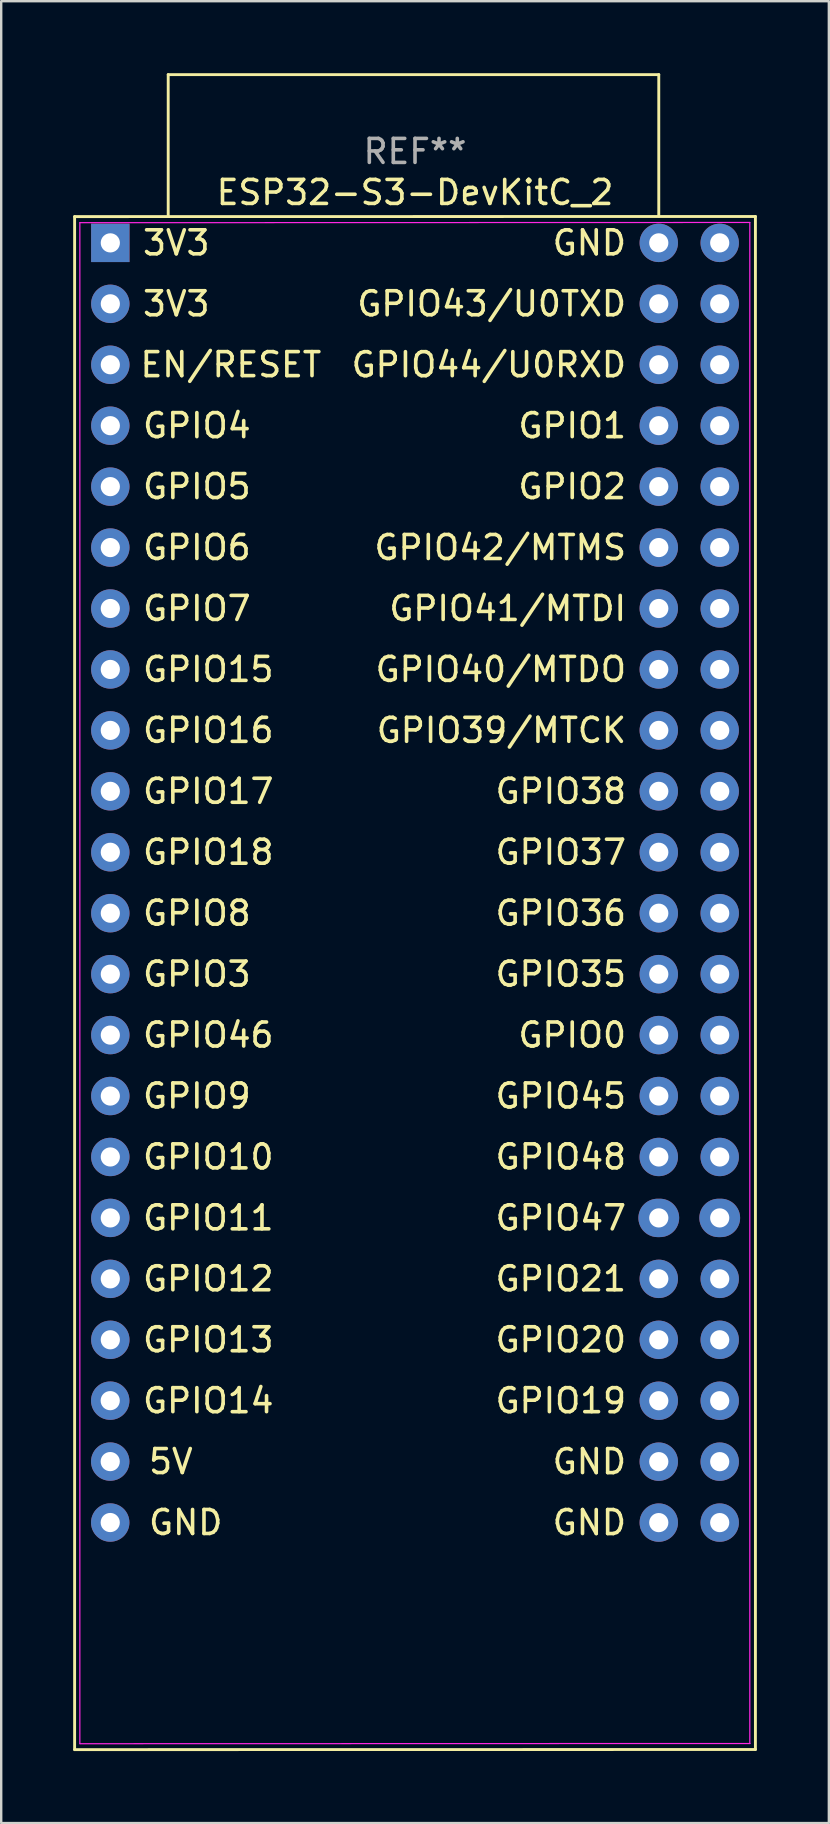
<source format=kicad_pcb>
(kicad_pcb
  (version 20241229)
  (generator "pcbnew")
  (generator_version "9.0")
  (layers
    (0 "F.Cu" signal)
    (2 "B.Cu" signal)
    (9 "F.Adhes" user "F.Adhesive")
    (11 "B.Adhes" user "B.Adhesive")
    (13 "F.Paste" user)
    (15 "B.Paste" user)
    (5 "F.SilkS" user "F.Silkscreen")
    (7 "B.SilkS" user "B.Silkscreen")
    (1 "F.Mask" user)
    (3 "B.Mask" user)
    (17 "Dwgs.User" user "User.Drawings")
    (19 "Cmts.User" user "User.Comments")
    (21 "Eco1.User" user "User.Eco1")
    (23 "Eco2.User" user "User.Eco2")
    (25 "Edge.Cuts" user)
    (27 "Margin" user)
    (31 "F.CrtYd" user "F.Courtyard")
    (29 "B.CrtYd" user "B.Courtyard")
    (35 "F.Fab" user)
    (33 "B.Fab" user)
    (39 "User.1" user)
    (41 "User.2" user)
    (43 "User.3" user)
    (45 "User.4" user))
  (footprint "ESP32-S3-DevKitC_2"
    (layer "F.Cu")
    (at 11.708 40.093)
    (property "Reference" "ESP32-S3-DevKitC_2" (at 2.54 -35.12 0) (layer "F.SilkS") (effects (font (size 1 1) (thickness 0.15))))
    (attr through_hole)
    (fp_line (start -11.648 29.782) (end 16.728 29.777) (stroke (width 0.12) (type solid)) (layer "F.SilkS"))
    (fp_line (start -11.648 -34.115) (end -11.648 29.782) (stroke (width 0.12) (type solid)) (layer "F.SilkS"))
    (fp_line (start -7.747 -40.033) (end 12.7 -40.033) (stroke (width 0.12) (type solid)) (layer "F.SilkS"))
    (fp_line (start -7.747 -34.14) (end -7.747 -40.033) (stroke (width 0.12) (type solid)) (layer "F.SilkS"))
    (fp_line (start 12.7 -40.033) (end 12.7 -34.14) (stroke (width 0.12) (type solid)) (layer "F.SilkS"))
    (fp_line (start 16.728 -34.12) (end -11.648 -34.115) (stroke (width 0.12) (type solid)) (layer "F.SilkS"))
    (fp_line (start 16.728 29.777) (end 16.728 -34.12) (stroke (width 0.12) (type solid)) (layer "F.SilkS"))
    (fp_line (start -11.43 -33.861) (end 16.494 -33.87) (stroke (width 0.05) (type solid)) (layer "F.CrtYd"))
    (fp_line (start -11.43 29.536) (end -11.43 -33.861) (stroke (width 0.05) (type solid)) (layer "F.CrtYd"))
    (fp_line (start 16.494 -33.87) (end 16.494 29.527) (stroke (width 0.05) (type solid)) (layer "F.CrtYd"))
    (fp_line (start 16.502 29.527) (end -11.422 29.536) (stroke (width 0.05) (type solid)) (layer "F.CrtYd"))
    (fp_text user "GPIO4" (at -8.89 -25.4 0) (unlocked yes) (layer "F.SilkS") (effects (font (size 1 1) (thickness 0.15)) (justify left)))
    (fp_text user "GPIO7" (at -8.89 -17.78 0) (unlocked yes) (layer "F.SilkS") (effects (font (size 1 1) (thickness 0.15)) (justify left)))
    (fp_text user "GPIO3" (at -8.89 -2.54 0) (unlocked yes) (layer "F.SilkS") (effects (font (size 1 1) (thickness 0.15)) (justify left)))
    (fp_text user "GPIO47" (at 11.43 7.62 0) (unlocked yes) (layer "F.SilkS") (effects (font (size 1 1) (thickness 0.15)) (justify right)))
    (fp_text user "GPIO8" (at -8.89 -5.08 0) (unlocked yes) (layer "F.SilkS") (effects (font (size 1 1) (thickness 0.15)) (justify left)))
    (fp_text user "3V3" (at -8.89 -30.48 0) (unlocked yes) (layer "F.SilkS") (effects (font (size 1 1) (thickness 0.15)) (justify left)))
    (fp_text user "EN/RESET" (at -1.274 -27.943 0) (unlocked yes) (layer "F.SilkS") (effects (font (size 1 1) (thickness 0.15)) (justify right)))
    (fp_text user "GPIO36" (at 11.43 -5.08 0) (unlocked yes) (layer "F.SilkS") (effects (font (size 1 1) (thickness 0.15)) (justify right)))
    (fp_text user "GPIO21" (at 11.43 10.16 0) (unlocked yes) (layer "F.SilkS") (effects (font (size 1 1) (thickness 0.15)) (justify right)))
    (fp_text user "GPIO2" (at 11.43 -22.86 0) (unlocked yes) (layer "F.SilkS") (effects (font (size 1 1) (thickness 0.15)) (justify right)))
    (fp_text user "GPIO19" (at 11.43 15.24 0) (unlocked yes) (layer "F.SilkS") (effects (font (size 1 1) (thickness 0.15)) (justify right)))
    (fp_text user "GPIO45" (at 11.43 2.54 0) (unlocked yes) (layer "F.SilkS") (effects (font (size 1 1) (thickness 0.15)) (justify right)))
    (fp_text user "GPIO43/U0TXD" (at 11.43 -30.48 0) (unlocked yes) (layer "F.SilkS") (effects (font (size 1 1) (thickness 0.15)) (justify right)))
    (fp_text user "GPIO20" (at 11.43 12.7 0) (unlocked yes) (layer "F.SilkS") (effects (font (size 1 1) (thickness 0.15)) (justify right)))
    (fp_text user "GND" (at -8.64 20.317 0) (unlocked yes) (layer "F.SilkS") (effects (font (size 1 1) (thickness 0.15)) (justify left)))
    (fp_text user "GPIO39/MTCK" (at 11.43 -12.7 0) (unlocked yes) (layer "F.SilkS") (effects (font (size 1 1) (thickness 0.15)) (justify right)))
    (fp_text user "3V3" (at -8.89 -33.02 0) (unlocked yes) (layer "F.SilkS") (effects (font (size 1 1) (thickness 0.15)) (justify left)))
    (fp_text user "GPIO38" (at 11.43 -10.16 0) (unlocked yes) (layer "F.SilkS") (effects (font (size 1 1) (thickness 0.15)) (justify right)))
    (fp_text user "GPIO14" (at -8.89 15.24 0) (unlocked yes) (layer "F.SilkS") (effects (font (size 1 1) (thickness 0.15)) (justify left)))
    (fp_text user "GPIO48" (at 11.43 5.08 0) (unlocked yes) (layer "F.SilkS") (effects (font (size 1 1) (thickness 0.15)) (justify right)))
    (fp_text user "GPIO11" (at -8.89 7.62 0) (unlocked yes) (layer "F.SilkS") (effects (font (size 1 1) (thickness 0.15)) (justify left)))
    (fp_text user "GND" (at 11.43 17.78 0) (unlocked yes) (layer "F.SilkS") (effects (font (size 1 1) (thickness 0.15)) (justify right)))
    (fp_text user "GPIO5" (at -8.89 -22.86 0) (unlocked yes) (layer "F.SilkS") (effects (font (size 1 1) (thickness 0.15)) (justify left)))
    (fp_text user "GPIO44/U0RXD" (at 11.43 -27.94 0) (unlocked yes) (layer "F.SilkS") (effects (font (size 1 1) (thickness 0.15)) (justify right)))
    (fp_text user "GPIO15" (at -8.89 -15.24 0) (unlocked yes) (layer "F.SilkS") (effects (font (size 1 1) (thickness 0.15)) (justify left)))
    (fp_text user "GPIO46" (at -8.89 0 0) (unlocked yes) (layer "F.SilkS") (effects (font (size 1 1) (thickness 0.15)) (justify left)))
    (fp_text user "GPIO12" (at -8.89 10.16 0) (unlocked yes) (layer "F.SilkS") (effects (font (size 1 1) (thickness 0.15)) (justify left)))
    (fp_text user "GPIO35" (at 11.43 -2.54 0) (unlocked yes) (layer "F.SilkS") (effects (font (size 1 1) (thickness 0.15)) (justify right)))
    (fp_text user "GPIO0" (at 11.43 0 0) (unlocked yes) (layer "F.SilkS") (effects (font (size 1 1) (thickness 0.15)) (justify right)))
    (fp_text user "GPIO42/MTMS" (at 11.43 -20.32 0) (unlocked yes) (layer "F.SilkS") (effects (font (size 1 1) (thickness 0.15)) (justify right)))
    (fp_text user "GPIO13" (at -8.89 12.7 0) (unlocked yes) (layer "F.SilkS") (effects (font (size 1 1) (thickness 0.15)) (justify left)))
    (fp_text user "GPIO16" (at -8.89 -12.7 0) (unlocked yes) (layer "F.SilkS") (effects (font (size 1 1) (thickness 0.15)) (justify left)))
    (fp_text user "GPIO10" (at -8.89 5.08 0) (unlocked yes) (layer "F.SilkS") (effects (font (size 1 1) (thickness 0.15)) (justify left)))
    (fp_text user "GPIO6" (at -8.89 -20.32 0) (unlocked yes) (layer "F.SilkS") (effects (font (size 1 1) (thickness 0.15)) (justify left)))
    (fp_text user "GPIO9" (at -8.89 2.54 0) (unlocked yes) (layer "F.SilkS") (effects (font (size 1 1) (thickness 0.15)) (justify left)))
    (fp_text user "GND" (at 11.43 20.32 0) (unlocked yes) (layer "F.SilkS") (effects (font (size 1 1) (thickness 0.15)) (justify right)))
    (fp_text user "GND" (at 11.43 -33.02 0) (unlocked yes) (layer "F.SilkS") (effects (font (size 1 1) (thickness 0.15)) (justify right)))
    (fp_text user "GPIO41/MTDI" (at 11.43 -17.78 0) (unlocked yes) (layer "F.SilkS") (effects (font (size 1 1) (thickness 0.15)) (justify right)))
    (fp_text user "GPIO18" (at -8.89 -7.62 0) (unlocked yes) (layer "F.SilkS") (effects (font (size 1 1) (thickness 0.15)) (justify left)))
    (fp_text user "GPIO40/MTDO" (at 11.43 -15.24 0) (unlocked yes) (layer "F.SilkS") (effects (font (size 1 1) (thickness 0.15)) (justify right)))
    (fp_text user "GPIO1" (at 11.43 -25.4 0) (unlocked yes) (layer "F.SilkS") (effects (font (size 1 1) (thickness 0.15)) (justify right)))
    (fp_text user "GPIO37" (at 11.43 -7.62 0) (unlocked yes) (layer "F.SilkS") (effects (font (size 1 1) (thickness 0.15)) (justify right)))
    (fp_text user "GPIO17" (at -8.89 -10.16 0) (unlocked yes) (layer "F.SilkS") (effects (font (size 1 1) (thickness 0.15)) (justify left)))
    (fp_text user "5V" (at -8.64 17.777 0) (unlocked yes) (layer "F.SilkS") (effects (font (size 1 1) (thickness 0.15)) (justify left)))
    (fp_text user "REF**" (at 2.54 -36.83 0) (layer "F.Fab") (effects (font (size 1 1) (thickness 0.15))))
    (pad "1" thru_hole rect (at -10.16 -33.02 270) (size 1.6 1.6) (drill 0.8) (layers "*.Cu" "*.Mask"))
    (pad "2" thru_hole oval (at -10.16 -30.48 270) (size 1.6 1.6) (drill 0.8) (layers "*.Cu" "*.Mask"))
    (pad "3" thru_hole oval (at -10.16 -27.94 270) (size 1.6 1.6) (drill 0.8) (layers "*.Cu" "*.Mask"))
    (pad "4" thru_hole oval (at -10.16 -25.4 270) (size 1.6 1.6) (drill 0.8) (layers "*.Cu" "*.Mask"))
    (pad "5" thru_hole oval (at -10.16 -22.86 270) (size 1.6 1.6) (drill 0.8) (layers "*.Cu" "*.Mask"))
    (pad "6" thru_hole oval (at -10.16 -20.32 270) (size 1.6 1.6) (drill 0.8) (layers "*.Cu" "*.Mask"))
    (pad "7" thru_hole oval (at -10.16 -17.78 270) (size 1.6 1.6) (drill 0.8) (layers "*.Cu" "*.Mask"))
    (pad "8" thru_hole oval (at -10.16 -15.24 270) (size 1.6 1.6) (drill 0.8) (layers "*.Cu" "*.Mask"))
    (pad "9" thru_hole oval (at -10.16 -12.7 270) (size 1.6 1.6) (drill 0.8) (layers "*.Cu" "*.Mask"))
    (pad "10" thru_hole oval (at -10.16 -10.16 270) (size 1.6 1.6) (drill 0.8) (layers "*.Cu" "*.Mask"))
    (pad "11" thru_hole oval (at -10.16 -7.62 270) (size 1.6 1.6) (drill 0.8) (layers "*.Cu" "*.Mask"))
    (pad "12" thru_hole oval (at -10.16 -5.08 270) (size 1.6 1.6) (drill 0.8) (layers "*.Cu" "*.Mask"))
    (pad "13" thru_hole oval (at -10.16 -2.54 270) (size 1.6 1.6) (drill 0.8) (layers "*.Cu" "*.Mask"))
    (pad "14" thru_hole oval (at -10.16 0 270) (size 1.6 1.6) (drill 0.8) (layers "*.Cu" "*.Mask"))
    (pad "15" thru_hole oval (at -10.16 2.54 270) (size 1.6 1.6) (drill 0.8) (layers "*.Cu" "*.Mask"))
    (pad "16" thru_hole oval (at -10.16 5.08 270) (size 1.6 1.6) (drill 0.8) (layers "*.Cu" "*.Mask"))
    (pad "17" thru_hole oval (at -10.16 7.62 270) (size 1.6 1.6) (drill 0.8) (layers "*.Cu" "*.Mask"))
    (pad "18" thru_hole oval (at -10.16 10.16 270) (size 1.6 1.6) (drill 0.8) (layers "*.Cu" "*.Mask"))
    (pad "19" thru_hole oval (at -10.16 12.7 270) (size 1.6 1.6) (drill 0.8) (layers "*.Cu" "*.Mask"))
    (pad "20" thru_hole oval (at -10.164 15.237 270) (size 1.6 1.6) (drill 0.8) (layers "*.Cu" "*.Mask"))
    (pad "21" thru_hole oval (at -10.164 17.777 270) (size 1.6 1.6) (drill 0.8) (layers "*.Cu" "*.Mask"))
    (pad "22" thru_hole oval (at -10.164 20.317 270) (size 1.6 1.6) (drill 0.8) (layers "*.Cu" "*.Mask"))
    (pad "23" thru_hole oval (at 12.7 20.32 270) (size 1.6 1.6) (drill 0.8) (layers "*.Cu" "*.Mask"))
    (pad "23" thru_hole oval (at 15.24 20.32 270) (size 1.6 1.6) (drill 0.8) (layers "*.Cu" "*.Mask"))
    (pad "24" thru_hole oval (at 12.7 17.78 270) (size 1.6 1.6) (drill 0.8) (layers "*.Cu" "*.Mask"))
    (pad "24" thru_hole oval (at 15.24 17.78 270) (size 1.6 1.6) (drill 0.8) (layers "*.Cu" "*.Mask"))
    (pad "25" thru_hole oval (at 12.7 15.24 270) (size 1.6 1.6) (drill 0.8) (layers "*.Cu" "*.Mask"))
    (pad "25" thru_hole oval (at 15.24 15.24 270) (size 1.6 1.6) (drill 0.8) (layers "*.Cu" "*.Mask"))
    (pad "26" thru_hole oval (at 12.7 12.7 270) (size 1.6 1.6) (drill 0.8) (layers "*.Cu" "*.Mask"))
    (pad "26" thru_hole oval (at 15.24 12.7 270) (size 1.6 1.6) (drill 0.8) (layers "*.Cu" "*.Mask"))
    (pad "27" thru_hole oval (at 12.7 10.16 270) (size 1.6 1.6) (drill 0.8) (layers "*.Cu" "*.Mask"))
    (pad "27" thru_hole oval (at 15.24 10.16 270) (size 1.6 1.6) (drill 0.8) (layers "*.Cu" "*.Mask"))
    (pad "28" thru_hole oval (at 12.7 7.62 270) (size 1.6 1.7) (drill 0.8) (layers "*.Cu" "*.Mask"))
    (pad "28" thru_hole oval (at 15.24 7.62 270) (size 1.6 1.7) (drill 0.8) (layers "*.Cu" "*.Mask"))
    (pad "29" thru_hole oval (at 12.7 5.08 270) (size 1.6 1.6) (drill 0.8) (layers "*.Cu" "*.Mask"))
    (pad "29" thru_hole oval (at 15.24 5.08 270) (size 1.6 1.6) (drill 0.8) (layers "*.Cu" "*.Mask"))
    (pad "30" thru_hole oval (at 12.7 2.54 270) (size 1.6 1.6) (drill 0.8) (layers "*.Cu" "*.Mask"))
    (pad "30" thru_hole oval (at 15.24 2.54 270) (size 1.6 1.6) (drill 0.8) (layers "*.Cu" "*.Mask"))
    (pad "31" thru_hole oval (at 12.7 0 270) (size 1.6 1.6) (drill 0.8) (layers "*.Cu" "*.Mask"))
    (pad "31" thru_hole oval (at 15.24 0 270) (size 1.6 1.6) (drill 0.8) (layers "*.Cu" "*.Mask"))
    (pad "32" thru_hole oval (at 12.7 -2.54 270) (size 1.6 1.6) (drill 0.8) (layers "*.Cu" "*.Mask"))
    (pad "32" thru_hole oval (at 15.24 -2.54 270) (size 1.6 1.6) (drill 0.8) (layers "*.Cu" "*.Mask"))
    (pad "33" thru_hole oval (at 12.7 -5.08 270) (size 1.6 1.6) (drill 0.8) (layers "*.Cu" "*.Mask"))
    (pad "33" thru_hole oval (at 15.24 -5.08 270) (size 1.6 1.6) (drill 0.8) (layers "*.Cu" "*.Mask"))
    (pad "34" thru_hole oval (at 12.7 -7.62 270) (size 1.6 1.6) (drill 0.8) (layers "*.Cu" "*.Mask"))
    (pad "34" thru_hole oval (at 15.24 -7.62 270) (size 1.6 1.6) (drill 0.8) (layers "*.Cu" "*.Mask"))
    (pad "35" thru_hole oval (at 12.7 -10.16 270) (size 1.6 1.6) (drill 0.8) (layers "*.Cu" "*.Mask"))
    (pad "35" thru_hole oval (at 15.24 -10.16 270) (size 1.6 1.6) (drill 0.8) (layers "*.Cu" "*.Mask"))
    (pad "36" thru_hole oval (at 12.7 -12.7 270) (size 1.6 1.6) (drill 0.8) (layers "*.Cu" "*.Mask"))
    (pad "36" thru_hole oval (at 15.24 -12.7 270) (size 1.6 1.6) (drill 0.8) (layers "*.Cu" "*.Mask"))
    (pad "37" thru_hole oval (at 12.7 -15.24 270) (size 1.6 1.6) (drill 0.8) (layers "*.Cu" "*.Mask"))
    (pad "37" thru_hole oval (at 15.24 -15.24 270) (size 1.6 1.6) (drill 0.8) (layers "*.Cu" "*.Mask"))
    (pad "38" thru_hole oval (at 12.7 -17.78 270) (size 1.6 1.6) (drill 0.8) (layers "*.Cu" "*.Mask"))
    (pad "38" thru_hole oval (at 15.24 -17.78 270) (size 1.6 1.6) (drill 0.8) (layers "*.Cu" "*.Mask"))
    (pad "39" thru_hole oval (at 12.7 -20.32 270) (size 1.6 1.6) (drill 0.8) (layers "*.Cu" "*.Mask"))
    (pad "39" thru_hole oval (at 15.24 -20.32 270) (size 1.6 1.6) (drill 0.8) (layers "*.Cu" "*.Mask"))
    (pad "40" thru_hole oval (at 12.7 -22.86 270) (size 1.6 1.6) (drill 0.8) (layers "*.Cu" "*.Mask"))
    (pad "40" thru_hole oval (at 15.24 -22.86 270) (size 1.6 1.6) (drill 0.8) (layers "*.Cu" "*.Mask"))
    (pad "41" thru_hole oval (at 12.7 -25.4 270) (size 1.6 1.6) (drill 0.8) (layers "*.Cu" "*.Mask"))
    (pad "41" thru_hole oval (at 15.24 -25.4 270) (size 1.6 1.6) (drill 0.8) (layers "*.Cu" "*.Mask"))
    (pad "42" thru_hole oval (at 12.7 -27.94 270) (size 1.6 1.6) (drill 0.8) (layers "*.Cu" "*.Mask"))
    (pad "42" thru_hole oval (at 15.24 -27.94 270) (size 1.6 1.6) (drill 0.8) (layers "*.Cu" "*.Mask"))
    (pad "43" thru_hole oval (at 12.7 -30.48 270) (size 1.6 1.6) (drill 0.8) (layers "*.Cu" "*.Mask"))
    (pad "43" thru_hole oval (at 15.24 -30.48 270) (size 1.6 1.6) (drill 0.8) (layers "*.Cu" "*.Mask"))
    (pad "44" thru_hole oval (at 12.7 -33.02 270) (size 1.6 1.6) (drill 0.8) (layers "*.Cu" "*.Mask"))
    (pad "44" thru_hole oval (at 15.24 -33.02 270) (size 1.6 1.6) (drill 0.8) (layers "*.Cu" "*.Mask")))
  (gr_rect
    (start -3 -3)
    (end 31.497 72.935)
    (stroke (width 0.1) (type default))
    (fill no)
    (layer "Edge.Cuts")))
</source>
